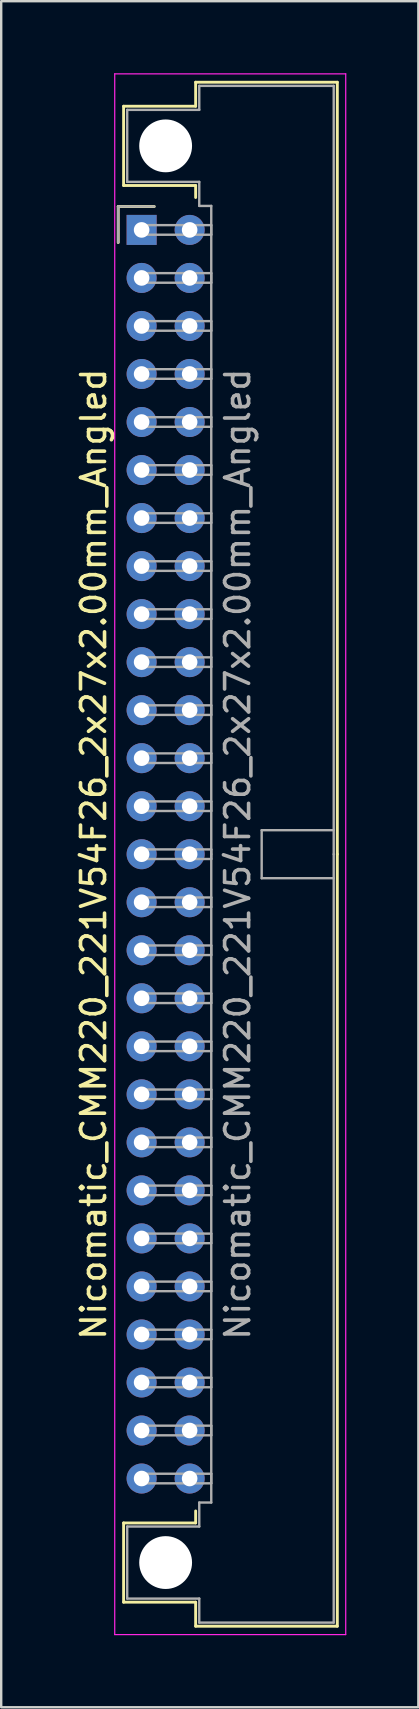
<source format=kicad_pcb>
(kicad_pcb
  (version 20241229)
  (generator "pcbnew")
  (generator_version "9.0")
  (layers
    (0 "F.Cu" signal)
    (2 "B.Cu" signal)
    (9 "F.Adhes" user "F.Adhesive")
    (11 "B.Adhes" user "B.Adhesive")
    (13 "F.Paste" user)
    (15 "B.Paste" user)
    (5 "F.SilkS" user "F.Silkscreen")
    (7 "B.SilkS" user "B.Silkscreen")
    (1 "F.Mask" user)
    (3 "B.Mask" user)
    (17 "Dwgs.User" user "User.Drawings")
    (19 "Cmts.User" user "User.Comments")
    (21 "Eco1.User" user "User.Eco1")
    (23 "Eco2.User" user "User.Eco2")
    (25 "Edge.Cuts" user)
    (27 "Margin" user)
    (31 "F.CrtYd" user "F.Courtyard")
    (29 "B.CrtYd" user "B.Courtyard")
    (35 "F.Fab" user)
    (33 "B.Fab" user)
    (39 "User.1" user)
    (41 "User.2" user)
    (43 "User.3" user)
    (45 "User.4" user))
  (footprint "Nicomatic_CMM220_221V54F26_2x27x2.00mm_Angled"
    (layer "F.Cu")
    (at 2.848 6.525)
    (property "Reference" "Nicomatic_CMM220_221V54F26_2x27x2.00mm_Angled" (at -2 26 90) (layer "F.SilkS") (effects (font (size 1 1) (thickness 0.15))))
    (attr through_hole)
    (fp_line (start -0.975 -0.975) (end -0.975 0.525) (stroke (width 0.12) (type solid)) (layer "F.SilkS"))
    (fp_line (start -0.75 -5.15) (end -0.75 -1.85) (stroke (width 0.12) (type solid)) (layer "F.SilkS"))
    (fp_line (start -0.75 -1.85) (end 2.25 -1.85) (stroke (width 0.12) (type solid)) (layer "F.SilkS"))
    (fp_line (start -0.75 53.85) (end 2.25 53.85) (stroke (width 0.12) (type solid)) (layer "F.SilkS"))
    (fp_line (start -0.75 57.15) (end -0.75 53.85) (stroke (width 0.12) (type solid)) (layer "F.SilkS"))
    (fp_line (start 0.525 -0.975) (end -0.975 -0.975) (stroke (width 0.12) (type solid)) (layer "F.SilkS"))
    (fp_line (start 2.25 -6.15) (end 2.25 -5.15) (stroke (width 0.12) (type solid)) (layer "F.SilkS"))
    (fp_line (start 2.25 -5.15) (end -0.75 -5.15) (stroke (width 0.12) (type solid)) (layer "F.SilkS"))
    (fp_line (start 2.25 -1.85) (end 2.25 -1.35) (stroke (width 0.12) (type solid)) (layer "F.SilkS"))
    (fp_line (start 2.25 53.85) (end 2.25 53.35) (stroke (width 0.12) (type solid)) (layer "F.SilkS"))
    (fp_line (start 2.25 57.15) (end -0.75 57.15) (stroke (width 0.12) (type solid)) (layer "F.SilkS"))
    (fp_line (start 2.25 58.15) (end 2.25 57.15) (stroke (width 0.12) (type solid)) (layer "F.SilkS"))
    (fp_line (start 8.15 -6.15) (end 2.25 -6.15) (stroke (width 0.12) (type solid)) (layer "F.SilkS"))
    (fp_line (start 8.15 26) (end 8.15 -6.15) (stroke (width 0.12) (type solid)) (layer "F.SilkS"))
    (fp_line (start 8.15 26) (end 8.15 58.15) (stroke (width 0.12) (type solid)) (layer "F.SilkS"))
    (fp_line (start 8.15 58.15) (end 2.25 58.15) (stroke (width 0.12) (type solid)) (layer "F.SilkS"))
    (fp_line (start -1.12 -6.5) (end -1.12 58.5) (stroke (width 0.05) (type solid)) (layer "F.CrtYd"))
    (fp_line (start -1.12 58.5) (end 8.5 58.5) (stroke (width 0.05) (type solid)) (layer "F.CrtYd"))
    (fp_line (start 8.5 -6.5) (end -1.12 -6.5) (stroke (width 0.05) (type solid)) (layer "F.CrtYd"))
    (fp_line (start 8.5 58.5) (end 8.5 -6.5) (stroke (width 0.05) (type solid)) (layer "F.CrtYd"))
    (fp_line (start -0.975 -0.975) (end -0.975 0.525) (stroke (width 0.1) (type solid)) (layer "F.Fab"))
    (fp_line (start -0.6 -5) (end -0.6 -2) (stroke (width 0.1) (type solid)) (layer "F.Fab"))
    (fp_line (start -0.6 -2) (end 2.4 -2) (stroke (width 0.1) (type solid)) (layer "F.Fab"))
    (fp_line (start -0.6 54) (end 2.4 54) (stroke (width 0.1) (type solid)) (layer "F.Fab"))
    (fp_line (start -0.6 57) (end -0.6 54) (stroke (width 0.1) (type solid)) (layer "F.Fab"))
    (fp_line (start 0 -0.2) (end 0 0.2) (stroke (width 0.1) (type solid)) (layer "F.Fab"))
    (fp_line (start 0 0.2) (end 2.9 0.2) (stroke (width 0.1) (type solid)) (layer "F.Fab"))
    (fp_line (start 0 1.8) (end 0 2.2) (stroke (width 0.1) (type solid)) (layer "F.Fab"))
    (fp_line (start 0 2.2) (end 2.9 2.2) (stroke (width 0.1) (type solid)) (layer "F.Fab"))
    (fp_line (start 0 3.8) (end 0 4.2) (stroke (width 0.1) (type solid)) (layer "F.Fab"))
    (fp_line (start 0 4.2) (end 2.9 4.2) (stroke (width 0.1) (type solid)) (layer "F.Fab"))
    (fp_line (start 0 5.8) (end 0 6.2) (stroke (width 0.1) (type solid)) (layer "F.Fab"))
    (fp_line (start 0 6.2) (end 2.9 6.2) (stroke (width 0.1) (type solid)) (layer "F.Fab"))
    (fp_line (start 0 7.8) (end 0 8.2) (stroke (width 0.1) (type solid)) (layer "F.Fab"))
    (fp_line (start 0 8.2) (end 2.9 8.2) (stroke (width 0.1) (type solid)) (layer "F.Fab"))
    (fp_line (start 0 9.8) (end 0 10.2) (stroke (width 0.1) (type solid)) (layer "F.Fab"))
    (fp_line (start 0 10.2) (end 2.9 10.2) (stroke (width 0.1) (type solid)) (layer "F.Fab"))
    (fp_line (start 0 11.8) (end 0 12.2) (stroke (width 0.1) (type solid)) (layer "F.Fab"))
    (fp_line (start 0 12.2) (end 2.9 12.2) (stroke (width 0.1) (type solid)) (layer "F.Fab"))
    (fp_line (start 0 13.8) (end 0 14.2) (stroke (width 0.1) (type solid)) (layer "F.Fab"))
    (fp_line (start 0 14.2) (end 2.9 14.2) (stroke (width 0.1) (type solid)) (layer "F.Fab"))
    (fp_line (start 0 15.8) (end 0 16.2) (stroke (width 0.1) (type solid)) (layer "F.Fab"))
    (fp_line (start 0 16.2) (end 2.9 16.2) (stroke (width 0.1) (type solid)) (layer "F.Fab"))
    (fp_line (start 0 17.8) (end 0 18.2) (stroke (width 0.1) (type solid)) (layer "F.Fab"))
    (fp_line (start 0 18.2) (end 2.9 18.2) (stroke (width 0.1) (type solid)) (layer "F.Fab"))
    (fp_line (start 0 19.8) (end 0 20.2) (stroke (width 0.1) (type solid)) (layer "F.Fab"))
    (fp_line (start 0 20.2) (end 2.9 20.2) (stroke (width 0.1) (type solid)) (layer "F.Fab"))
    (fp_line (start 0 21.8) (end 0 22.2) (stroke (width 0.1) (type solid)) (layer "F.Fab"))
    (fp_line (start 0 22.2) (end 2.9 22.2) (stroke (width 0.1) (type solid)) (layer "F.Fab"))
    (fp_line (start 0 23.8) (end 0 24.2) (stroke (width 0.1) (type solid)) (layer "F.Fab"))
    (fp_line (start 0 24.2) (end 2.9 24.2) (stroke (width 0.1) (type solid)) (layer "F.Fab"))
    (fp_line (start 0 25.8) (end 0 26.2) (stroke (width 0.1) (type solid)) (layer "F.Fab"))
    (fp_line (start 0 26.2) (end 2.9 26.2) (stroke (width 0.1) (type solid)) (layer "F.Fab"))
    (fp_line (start 0 27.8) (end 0 28.2) (stroke (width 0.1) (type solid)) (layer "F.Fab"))
    (fp_line (start 0 28.2) (end 2.9 28.2) (stroke (width 0.1) (type solid)) (layer "F.Fab"))
    (fp_line (start 0 29.8) (end 0 30.2) (stroke (width 0.1) (type solid)) (layer "F.Fab"))
    (fp_line (start 0 30.2) (end 2.9 30.2) (stroke (width 0.1) (type solid)) (layer "F.Fab"))
    (fp_line (start 0 31.8) (end 0 32.2) (stroke (width 0.1) (type solid)) (layer "F.Fab"))
    (fp_line (start 0 32.2) (end 2.9 32.2) (stroke (width 0.1) (type solid)) (layer "F.Fab"))
    (fp_line (start 0 33.8) (end 0 34.2) (stroke (width 0.1) (type solid)) (layer "F.Fab"))
    (fp_line (start 0 34.2) (end 2.9 34.2) (stroke (width 0.1) (type solid)) (layer "F.Fab"))
    (fp_line (start 0 35.8) (end 0 36.2) (stroke (width 0.1) (type solid)) (layer "F.Fab"))
    (fp_line (start 0 36.2) (end 2.9 36.2) (stroke (width 0.1) (type solid)) (layer "F.Fab"))
    (fp_line (start 0 37.8) (end 0 38.2) (stroke (width 0.1) (type solid)) (layer "F.Fab"))
    (fp_line (start 0 38.2) (end 2.9 38.2) (stroke (width 0.1) (type solid)) (layer "F.Fab"))
    (fp_line (start 0 39.8) (end 0 40.2) (stroke (width 0.1) (type solid)) (layer "F.Fab"))
    (fp_line (start 0 40.2) (end 2.9 40.2) (stroke (width 0.1) (type solid)) (layer "F.Fab"))
    (fp_line (start 0 41.8) (end 0 42.2) (stroke (width 0.1) (type solid)) (layer "F.Fab"))
    (fp_line (start 0 42.2) (end 2.9 42.2) (stroke (width 0.1) (type solid)) (layer "F.Fab"))
    (fp_line (start 0 43.8) (end 0 44.2) (stroke (width 0.1) (type solid)) (layer "F.Fab"))
    (fp_line (start 0 44.2) (end 2.9 44.2) (stroke (width 0.1) (type solid)) (layer "F.Fab"))
    (fp_line (start 0 45.8) (end 0 46.2) (stroke (width 0.1) (type solid)) (layer "F.Fab"))
    (fp_line (start 0 46.2) (end 2.9 46.2) (stroke (width 0.1) (type solid)) (layer "F.Fab"))
    (fp_line (start 0 47.8) (end 0 48.2) (stroke (width 0.1) (type solid)) (layer "F.Fab"))
    (fp_line (start 0 48.2) (end 2.9 48.2) (stroke (width 0.1) (type solid)) (layer "F.Fab"))
    (fp_line (start 0 49.8) (end 0 50.2) (stroke (width 0.1) (type solid)) (layer "F.Fab"))
    (fp_line (start 0 50.2) (end 2.9 50.2) (stroke (width 0.1) (type solid)) (layer "F.Fab"))
    (fp_line (start 0 51.8) (end 0 52.2) (stroke (width 0.1) (type solid)) (layer "F.Fab"))
    (fp_line (start 0 52.2) (end 2.9 52.2) (stroke (width 0.1) (type solid)) (layer "F.Fab"))
    (fp_line (start 0.525 -0.975) (end -0.975 -0.975) (stroke (width 0.1) (type solid)) (layer "F.Fab"))
    (fp_line (start 2.4 -6) (end 2.4 -5) (stroke (width 0.1) (type solid)) (layer "F.Fab"))
    (fp_line (start 2.4 -5) (end -0.6 -5) (stroke (width 0.1) (type solid)) (layer "F.Fab"))
    (fp_line (start 2.4 -2) (end 2.4 -1) (stroke (width 0.1) (type solid)) (layer "F.Fab"))
    (fp_line (start 2.4 -1) (end 2.9 -1) (stroke (width 0.1) (type solid)) (layer "F.Fab"))
    (fp_line (start 2.4 53) (end 2.9 53) (stroke (width 0.1) (type solid)) (layer "F.Fab"))
    (fp_line (start 2.4 54) (end 2.4 53) (stroke (width 0.1) (type solid)) (layer "F.Fab"))
    (fp_line (start 2.4 57) (end -0.6 57) (stroke (width 0.1) (type solid)) (layer "F.Fab"))
    (fp_line (start 2.4 58) (end 2.4 57) (stroke (width 0.1) (type solid)) (layer "F.Fab"))
    (fp_line (start 2.9 -1) (end 2.9 26) (stroke (width 0.1) (type solid)) (layer "F.Fab"))
    (fp_line (start 2.9 -0.2) (end 0 -0.2) (stroke (width 0.1) (type solid)) (layer "F.Fab"))
    (fp_line (start 2.9 0.2) (end 2.9 -0.2) (stroke (width 0.1) (type solid)) (layer "F.Fab"))
    (fp_line (start 2.9 1.8) (end 0 1.8) (stroke (width 0.1) (type solid)) (layer "F.Fab"))
    (fp_line (start 2.9 2.2) (end 2.9 1.8) (stroke (width 0.1) (type solid)) (layer "F.Fab"))
    (fp_line (start 2.9 3.8) (end 0 3.8) (stroke (width 0.1) (type solid)) (layer "F.Fab"))
    (fp_line (start 2.9 4.2) (end 2.9 3.8) (stroke (width 0.1) (type solid)) (layer "F.Fab"))
    (fp_line (start 2.9 5.8) (end 0 5.8) (stroke (width 0.1) (type solid)) (layer "F.Fab"))
    (fp_line (start 2.9 6.2) (end 2.9 5.8) (stroke (width 0.1) (type solid)) (layer "F.Fab"))
    (fp_line (start 2.9 7.8) (end 0 7.8) (stroke (width 0.1) (type solid)) (layer "F.Fab"))
    (fp_line (start 2.9 8.2) (end 2.9 7.8) (stroke (width 0.1) (type solid)) (layer "F.Fab"))
    (fp_line (start 2.9 9.8) (end 0 9.8) (stroke (width 0.1) (type solid)) (layer "F.Fab"))
    (fp_line (start 2.9 10.2) (end 2.9 9.8) (stroke (width 0.1) (type solid)) (layer "F.Fab"))
    (fp_line (start 2.9 11.8) (end 0 11.8) (stroke (width 0.1) (type solid)) (layer "F.Fab"))
    (fp_line (start 2.9 12.2) (end 2.9 11.8) (stroke (width 0.1) (type solid)) (layer "F.Fab"))
    (fp_line (start 2.9 13.8) (end 0 13.8) (stroke (width 0.1) (type solid)) (layer "F.Fab"))
    (fp_line (start 2.9 14.2) (end 2.9 13.8) (stroke (width 0.1) (type solid)) (layer "F.Fab"))
    (fp_line (start 2.9 15.8) (end 0 15.8) (stroke (width 0.1) (type solid)) (layer "F.Fab"))
    (fp_line (start 2.9 16.2) (end 2.9 15.8) (stroke (width 0.1) (type solid)) (layer "F.Fab"))
    (fp_line (start 2.9 17.8) (end 0 17.8) (stroke (width 0.1) (type solid)) (layer "F.Fab"))
    (fp_line (start 2.9 18.2) (end 2.9 17.8) (stroke (width 0.1) (type solid)) (layer "F.Fab"))
    (fp_line (start 2.9 19.8) (end 0 19.8) (stroke (width 0.1) (type solid)) (layer "F.Fab"))
    (fp_line (start 2.9 20.2) (end 2.9 19.8) (stroke (width 0.1) (type solid)) (layer "F.Fab"))
    (fp_line (start 2.9 21.8) (end 0 21.8) (stroke (width 0.1) (type solid)) (layer "F.Fab"))
    (fp_line (start 2.9 22.2) (end 2.9 21.8) (stroke (width 0.1) (type solid)) (layer "F.Fab"))
    (fp_line (start 2.9 23.8) (end 0 23.8) (stroke (width 0.1) (type solid)) (layer "F.Fab"))
    (fp_line (start 2.9 24.2) (end 2.9 23.8) (stroke (width 0.1) (type solid)) (layer "F.Fab"))
    (fp_line (start 2.9 25.8) (end 0 25.8) (stroke (width 0.1) (type solid)) (layer "F.Fab"))
    (fp_line (start 2.9 26.2) (end 2.9 25.8) (stroke (width 0.1) (type solid)) (layer "F.Fab"))
    (fp_line (start 2.9 27.8) (end 0 27.8) (stroke (width 0.1) (type solid)) (layer "F.Fab"))
    (fp_line (start 2.9 28.2) (end 2.9 27.8) (stroke (width 0.1) (type solid)) (layer "F.Fab"))
    (fp_line (start 2.9 29.8) (end 0 29.8) (stroke (width 0.1) (type solid)) (layer "F.Fab"))
    (fp_line (start 2.9 30.2) (end 2.9 29.8) (stroke (width 0.1) (type solid)) (layer "F.Fab"))
    (fp_line (start 2.9 31.8) (end 0 31.8) (stroke (width 0.1) (type solid)) (layer "F.Fab"))
    (fp_line (start 2.9 32.2) (end 2.9 31.8) (stroke (width 0.1) (type solid)) (layer "F.Fab"))
    (fp_line (start 2.9 33.8) (end 0 33.8) (stroke (width 0.1) (type solid)) (layer "F.Fab"))
    (fp_line (start 2.9 34.2) (end 2.9 33.8) (stroke (width 0.1) (type solid)) (layer "F.Fab"))
    (fp_line (start 2.9 35.8) (end 0 35.8) (stroke (width 0.1) (type solid)) (layer "F.Fab"))
    (fp_line (start 2.9 36.2) (end 2.9 35.8) (stroke (width 0.1) (type solid)) (layer "F.Fab"))
    (fp_line (start 2.9 37.8) (end 0 37.8) (stroke (width 0.1) (type solid)) (layer "F.Fab"))
    (fp_line (start 2.9 38.2) (end 2.9 37.8) (stroke (width 0.1) (type solid)) (layer "F.Fab"))
    (fp_line (start 2.9 39.8) (end 0 39.8) (stroke (width 0.1) (type solid)) (layer "F.Fab"))
    (fp_line (start 2.9 40.2) (end 2.9 39.8) (stroke (width 0.1) (type solid)) (layer "F.Fab"))
    (fp_line (start 2.9 41.8) (end 0 41.8) (stroke (width 0.1) (type solid)) (layer "F.Fab"))
    (fp_line (start 2.9 42.2) (end 2.9 41.8) (stroke (width 0.1) (type solid)) (layer "F.Fab"))
    (fp_line (start 2.9 43.8) (end 0 43.8) (stroke (width 0.1) (type solid)) (layer "F.Fab"))
    (fp_line (start 2.9 44.2) (end 2.9 43.8) (stroke (width 0.1) (type solid)) (layer "F.Fab"))
    (fp_line (start 2.9 45.8) (end 0 45.8) (stroke (width 0.1) (type solid)) (layer "F.Fab"))
    (fp_line (start 2.9 46.2) (end 2.9 45.8) (stroke (width 0.1) (type solid)) (layer "F.Fab"))
    (fp_line (start 2.9 47.8) (end 0 47.8) (stroke (width 0.1) (type solid)) (layer "F.Fab"))
    (fp_line (start 2.9 48.2) (end 2.9 47.8) (stroke (width 0.1) (type solid)) (layer "F.Fab"))
    (fp_line (start 2.9 49.8) (end 0 49.8) (stroke (width 0.1) (type solid)) (layer "F.Fab"))
    (fp_line (start 2.9 50.2) (end 2.9 49.8) (stroke (width 0.1) (type solid)) (layer "F.Fab"))
    (fp_line (start 2.9 51.8) (end 0 51.8) (stroke (width 0.1) (type solid)) (layer "F.Fab"))
    (fp_line (start 2.9 52.2) (end 2.9 51.8) (stroke (width 0.1) (type solid)) (layer "F.Fab"))
    (fp_line (start 2.9 53) (end 2.9 26) (stroke (width 0.1) (type solid)) (layer "F.Fab"))
    (fp_line (start 5 25) (end 5 27) (stroke (width 0.1) (type solid)) (layer "F.Fab"))
    (fp_line (start 5 27) (end 8 27) (stroke (width 0.1) (type solid)) (layer "F.Fab"))
    (fp_line (start 8 -6) (end 2.4 -6) (stroke (width 0.1) (type solid)) (layer "F.Fab"))
    (fp_line (start 8 25) (end 5 25) (stroke (width 0.1) (type solid)) (layer "F.Fab"))
    (fp_line (start 8 26) (end 8 -6) (stroke (width 0.1) (type solid)) (layer "F.Fab"))
    (fp_line (start 8 26) (end 8 58) (stroke (width 0.1) (type solid)) (layer "F.Fab"))
    (fp_line (start 8 58) (end 2.4 58) (stroke (width 0.1) (type solid)) (layer "F.Fab"))
    (fp_text user "${REFERENCE}" (at 4 26 90) (layer "F.Fab") (effects (font (size 1 1) (thickness 0.15))))
    (pad "" np_thru_hole circle (at 1 -3.5) (size 2.2 2.2) (drill 2.2) (layers "*.Cu" "*.Mask"))
    (pad "" np_thru_hole circle (at 1 55.5) (size 2.2 2.2) (drill 2.2) (layers "*.Cu" "*.Mask"))
    (pad "1" thru_hole rect (at 0 0) (size 1.25 1.25) (drill 0.65) (layers "*.Cu" "*.Mask"))
    (pad "2" thru_hole oval (at 0 2) (size 1.25 1.25) (drill 0.65) (layers "*.Cu" "*.Mask"))
    (pad "3" thru_hole oval (at 0 4) (size 1.25 1.25) (drill 0.65) (layers "*.Cu" "*.Mask"))
    (pad "4" thru_hole oval (at 0 6) (size 1.25 1.25) (drill 0.65) (layers "*.Cu" "*.Mask"))
    (pad "5" thru_hole oval (at 0 8) (size 1.25 1.25) (drill 0.65) (layers "*.Cu" "*.Mask"))
    (pad "6" thru_hole oval (at 0 10) (size 1.25 1.25) (drill 0.65) (layers "*.Cu" "*.Mask"))
    (pad "7" thru_hole oval (at 0 12) (size 1.25 1.25) (drill 0.65) (layers "*.Cu" "*.Mask"))
    (pad "8" thru_hole oval (at 0 14) (size 1.25 1.25) (drill 0.65) (layers "*.Cu" "*.Mask"))
    (pad "9" thru_hole oval (at 0 16) (size 1.25 1.25) (drill 0.65) (layers "*.Cu" "*.Mask"))
    (pad "10" thru_hole oval (at 0 18) (size 1.25 1.25) (drill 0.65) (layers "*.Cu" "*.Mask"))
    (pad "11" thru_hole oval (at 0 20) (size 1.25 1.25) (drill 0.65) (layers "*.Cu" "*.Mask"))
    (pad "12" thru_hole oval (at 0 22) (size 1.25 1.25) (drill 0.65) (layers "*.Cu" "*.Mask"))
    (pad "13" thru_hole oval (at 0 24) (size 1.25 1.25) (drill 0.65) (layers "*.Cu" "*.Mask"))
    (pad "14" thru_hole oval (at 0 26) (size 1.25 1.25) (drill 0.65) (layers "*.Cu" "*.Mask"))
    (pad "15" thru_hole oval (at 0 28) (size 1.25 1.25) (drill 0.65) (layers "*.Cu" "*.Mask"))
    (pad "16" thru_hole oval (at 0 30) (size 1.25 1.25) (drill 0.65) (layers "*.Cu" "*.Mask"))
    (pad "17" thru_hole oval (at 0 32) (size 1.25 1.25) (drill 0.65) (layers "*.Cu" "*.Mask"))
    (pad "18" thru_hole oval (at 0 34) (size 1.25 1.25) (drill 0.65) (layers "*.Cu" "*.Mask"))
    (pad "19" thru_hole oval (at 0 36) (size 1.25 1.25) (drill 0.65) (layers "*.Cu" "*.Mask"))
    (pad "20" thru_hole oval (at 0 38) (size 1.25 1.25) (drill 0.65) (layers "*.Cu" "*.Mask"))
    (pad "21" thru_hole oval (at 0 40) (size 1.25 1.25) (drill 0.65) (layers "*.Cu" "*.Mask"))
    (pad "22" thru_hole oval (at 0 42) (size 1.25 1.25) (drill 0.65) (layers "*.Cu" "*.Mask"))
    (pad "23" thru_hole oval (at 0 44) (size 1.25 1.25) (drill 0.65) (layers "*.Cu" "*.Mask"))
    (pad "24" thru_hole oval (at 0 46) (size 1.25 1.25) (drill 0.65) (layers "*.Cu" "*.Mask"))
    (pad "25" thru_hole oval (at 0 48) (size 1.25 1.25) (drill 0.65) (layers "*.Cu" "*.Mask"))
    (pad "26" thru_hole oval (at 0 50) (size 1.25 1.25) (drill 0.65) (layers "*.Cu" "*.Mask"))
    (pad "27" thru_hole oval (at 0 52) (size 1.25 1.25) (drill 0.65) (layers "*.Cu" "*.Mask"))
    (pad "28" thru_hole oval (at 2 0) (size 1.25 1.25) (drill 0.65) (layers "*.Cu" "*.Mask"))
    (pad "29" thru_hole oval (at 2 2) (size 1.25 1.25) (drill 0.65) (layers "*.Cu" "*.Mask"))
    (pad "30" thru_hole oval (at 2 4) (size 1.25 1.25) (drill 0.65) (layers "*.Cu" "*.Mask"))
    (pad "31" thru_hole oval (at 2 6) (size 1.25 1.25) (drill 0.65) (layers "*.Cu" "*.Mask"))
    (pad "32" thru_hole oval (at 2 8) (size 1.25 1.25) (drill 0.65) (layers "*.Cu" "*.Mask"))
    (pad "33" thru_hole oval (at 2 10) (size 1.25 1.25) (drill 0.65) (layers "*.Cu" "*.Mask"))
    (pad "34" thru_hole oval (at 2 12) (size 1.25 1.25) (drill 0.65) (layers "*.Cu" "*.Mask"))
    (pad "35" thru_hole oval (at 2 14) (size 1.25 1.25) (drill 0.65) (layers "*.Cu" "*.Mask"))
    (pad "36" thru_hole oval (at 2 16) (size 1.25 1.25) (drill 0.65) (layers "*.Cu" "*.Mask"))
    (pad "37" thru_hole oval (at 2 18) (size 1.25 1.25) (drill 0.65) (layers "*.Cu" "*.Mask"))
    (pad "38" thru_hole oval (at 2 20) (size 1.25 1.25) (drill 0.65) (layers "*.Cu" "*.Mask"))
    (pad "39" thru_hole oval (at 2 22) (size 1.25 1.25) (drill 0.65) (layers "*.Cu" "*.Mask"))
    (pad "40" thru_hole oval (at 2 24) (size 1.25 1.25) (drill 0.65) (layers "*.Cu" "*.Mask"))
    (pad "41" thru_hole oval (at 2 26) (size 1.25 1.25) (drill 0.65) (layers "*.Cu" "*.Mask"))
    (pad "42" thru_hole oval (at 2 28) (size 1.25 1.25) (drill 0.65) (layers "*.Cu" "*.Mask"))
    (pad "43" thru_hole oval (at 2 30) (size 1.25 1.25) (drill 0.65) (layers "*.Cu" "*.Mask"))
    (pad "44" thru_hole oval (at 2 32) (size 1.25 1.25) (drill 0.65) (layers "*.Cu" "*.Mask"))
    (pad "45" thru_hole oval (at 2 34) (size 1.25 1.25) (drill 0.65) (layers "*.Cu" "*.Mask"))
    (pad "46" thru_hole oval (at 2 36) (size 1.25 1.25) (drill 0.65) (layers "*.Cu" "*.Mask"))
    (pad "47" thru_hole oval (at 2 38) (size 1.25 1.25) (drill 0.65) (layers "*.Cu" "*.Mask"))
    (pad "48" thru_hole oval (at 2 40) (size 1.25 1.25) (drill 0.65) (layers "*.Cu" "*.Mask"))
    (pad "49" thru_hole oval (at 2 42) (size 1.25 1.25) (drill 0.65) (layers "*.Cu" "*.Mask"))
    (pad "50" thru_hole oval (at 2 44) (size 1.25 1.25) (drill 0.65) (layers "*.Cu" "*.Mask"))
    (pad "51" thru_hole oval (at 2 46) (size 1.25 1.25) (drill 0.65) (layers "*.Cu" "*.Mask"))
    (pad "52" thru_hole oval (at 2 48) (size 1.25 1.25) (drill 0.65) (layers "*.Cu" "*.Mask"))
    (pad "53" thru_hole oval (at 2 50) (size 1.25 1.25) (drill 0.65) (layers "*.Cu" "*.Mask"))
    (pad "54" thru_hole oval (at 2 52) (size 1.25 1.25) (drill 0.65) (layers "*.Cu" "*.Mask")))
  (gr_rect
    (start -3 -3)
    (end 14.373 68.05)
    (stroke (width 0.1) (type default))
    (fill no)
    (layer "Edge.Cuts")))
</source>
